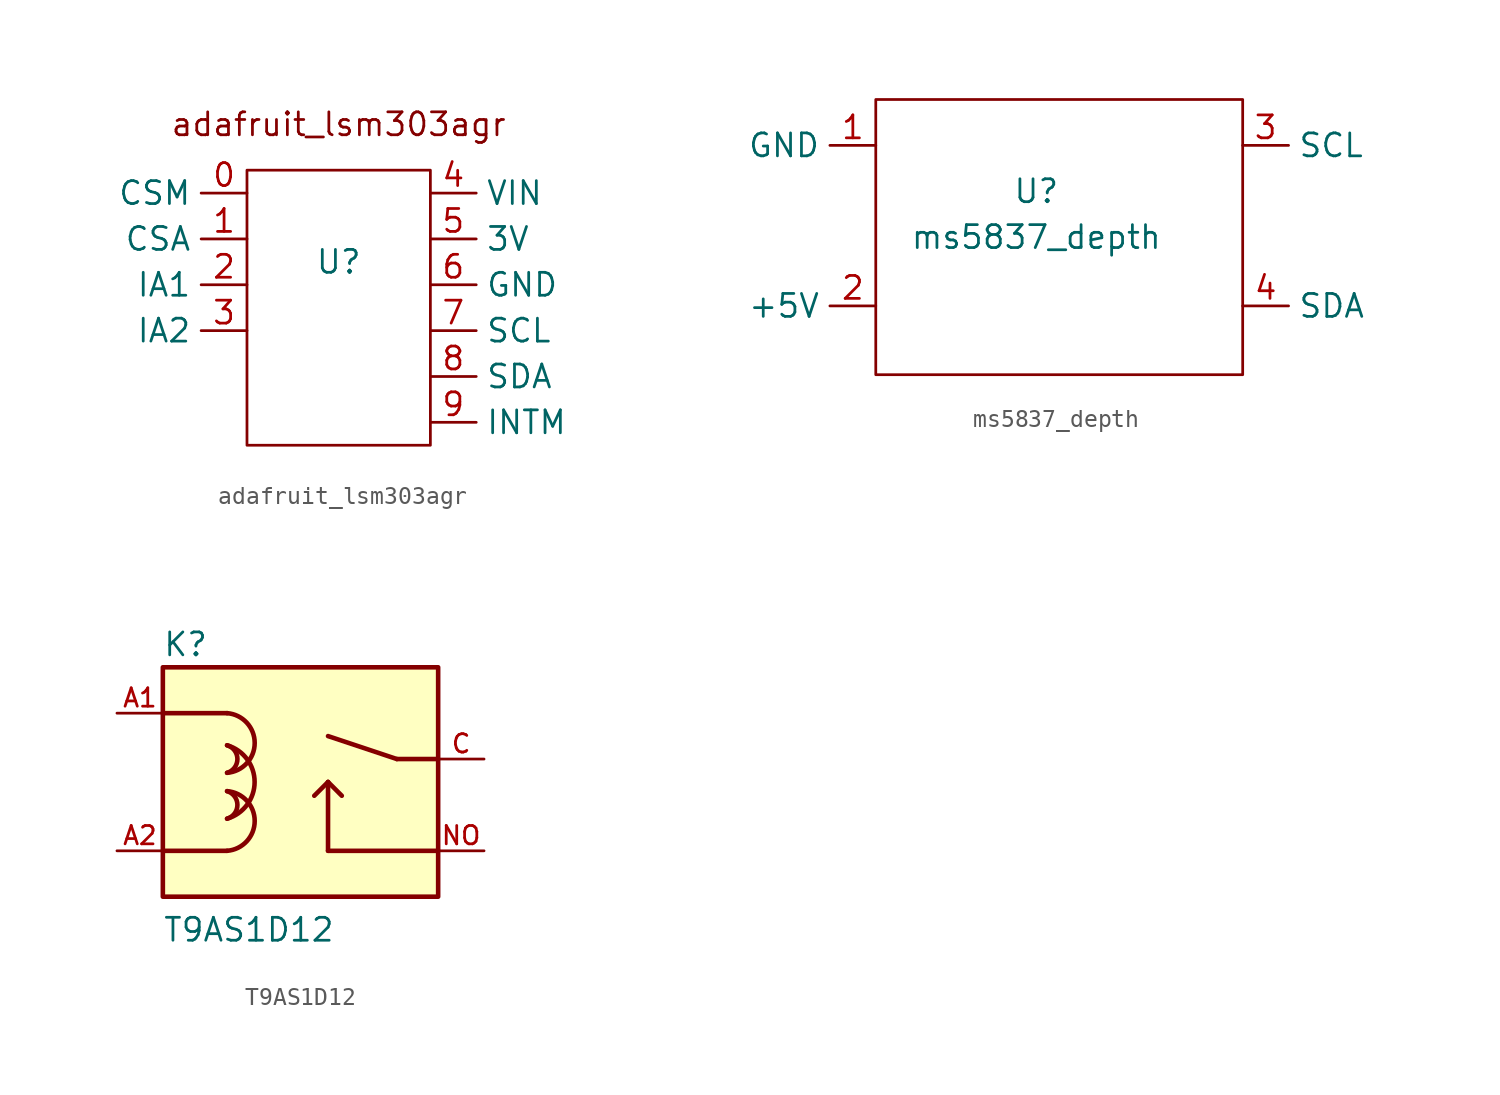
<source format=kicad_sym>
(kicad_symbol_lib
  (version 20220914)
  (generator kicad_symbol_editor)
  (symbol "adafruit_lsm303agr"
    (property "Reference" "U"
      (at 0 0 0)
      (effects (font (size 1.27 1.27))))
    (property "Value" ""
      (at 0 0 0)
      (effects (font (size 1.27 1.27))))
    (symbol "adafruit_lsm303agr_0_1"
      (rectangle (start -5.08 5.08) (end 5.08 -10.16) (stroke (width 0) (type default)) (fill (type none))))
    (symbol "adafruit_lsm303agr_1_1"
      (text "adafruit_lsm303agr" (at 0 7.62 0) (effects (font (size 1.27 1.27))))
      (pin bidirectional line (at -5.08 3.81 180) (length 2.54) (name "CSM" (effects (font (size 1.27 1.27)))) (number "0" (effects (font (size 1.27 1.27)))))
      (pin bidirectional line (at -5.08 1.27 180) (length 2.54) (name "CSA" (effects (font (size 1.27 1.27)))) (number "1" (effects (font (size 1.27 1.27)))))
      (pin bidirectional line (at -5.08 -1.27 180) (length 2.54) (name "IA1" (effects (font (size 1.27 1.27)))) (number "2" (effects (font (size 1.27 1.27)))))
      (pin bidirectional line (at -5.08 -3.81 180) (length 2.54) (name "IA2" (effects (font (size 1.27 1.27)))) (number "3" (effects (font (size 1.27 1.27)))))
      (pin bidirectional line (at 5.08 3.81 0) (length 2.54) (name "VIN" (effects (font (size 1.27 1.27)))) (number "4" (effects (font (size 1.27 1.27)))))
      (pin output line (at 5.08 1.27 0) (length 2.54) (name "3V" (effects (font (size 1.27 1.27)))) (number "5" (effects (font (size 1.27 1.27)))))
      (pin bidirectional line (at 5.08 -1.27 0) (length 2.54) (name "GND" (effects (font (size 1.27 1.27)))) (number "6" (effects (font (size 1.27 1.27)))))
      (pin bidirectional line (at 5.08 -3.81 0) (length 2.54) (name "SCL" (effects (font (size 1.27 1.27)))) (number "7" (effects (font (size 1.27 1.27)))))
      (pin bidirectional line (at 5.08 -6.35 0) (length 2.54) (name "SDA" (effects (font (size 1.27 1.27)))) (number "8" (effects (font (size 1.27 1.27)))))
      (pin bidirectional line (at 5.08 -8.89 0) (length 2.54) (name "INTM" (effects (font (size 1.27 1.27)))) (number "9" (effects (font (size 1.27 1.27)))))))
  (symbol "ms5837_depth"
    (property "Reference" "U"
      (at 0 2.54 0)
      (effects (font (size 1.27 1.27))))
    (property "Value" "ms5837_depth"
      (at 0 0 0)
      (effects (font (size 1.27 1.27))))
    (symbol "ms5837_depth_0_1"
      (rectangle (start -8.89 7.62) (end 11.43 -7.62) (stroke (width 0) (type default)) (fill (type none))))
    (symbol "ms5837_depth_1_1"
      (pin input line (at -8.89 5.08 180) (length 2.54) (name "GND" (effects (font (size 1.27 1.27)))) (number "1" (effects (font (size 1.27 1.27)))))
      (pin input line (at -8.89 -3.81 180) (length 2.54) (name "+5V" (effects (font (size 1.27 1.27)))) (number "2" (effects (font (size 1.27 1.27)))))
      (pin input line (at 11.43 5.08 0) (length 2.54) (name "SCL" (effects (font (size 1.27 1.27)))) (number "3" (effects (font (size 1.27 1.27)))))
      (pin input line (at 11.43 -3.81 0) (length 2.54) (name "SDA" (effects (font (size 1.27 1.27)))) (number "4" (effects (font (size 1.27 1.27)))))))
  (symbol "T9AS1D12"
    (pin_names
      (offset 1.016))
    (property "Reference" "K"
      (at -7.642 5.604 0)
      (effects (font (size 1.27 1.27)) (justify left bottom)))
    (property "Value" "T9AS1D12"
      (at -7.645 -10.193 0)
      (effects (font (size 1.27 1.27)) (justify left bottom)))
    (symbol "T9AS1D12_0_0"
      (rectangle (start -7.62 -7.62) (end 7.62 5.08) (stroke (width 0.254) (type default)) (fill (type background)))
      (arc (start -4.064 -5.08) (mid -2.5351 -3.429) (end -4.064 -1.778) (stroke (width 0.254) (type default)) (fill (type none)))
      (arc (start -4.064 -3.302) (mid -3.4925 -2.54) (end -4.064 -1.778) (stroke (width 0.254) (type default)) (fill (type none)))
      (arc (start -4.064 -3.302) (mid -2.54 -1.27) (end -4.064 0.762) (stroke (width 0.254) (type default)) (fill (type none)))
      (arc (start -4.064 -0.762) (mid -3.4925 0) (end -4.064 0.762) (stroke (width 0.254) (type default)) (fill (type none)))
      (arc (start -4.064 -0.762) (mid -2.5351 0.889) (end -4.064 2.54) (stroke (width 0.254) (type default)) (fill (type none)))
      (polyline (pts (xy -7.62 -5.08) (xy -4.064 -5.08)) (stroke (width 0.254) (type default)) (fill (type none)))
      (polyline (pts (xy -7.62 2.54) (xy -4.064 2.54)) (stroke (width 0.254) (type default)) (fill (type none)))
      (polyline (pts (xy 1.524 -5.08) (xy 1.524 -1.27)) (stroke (width 0.254) (type default)) (fill (type none)))
      (polyline (pts (xy 1.524 -1.27) (xy 0.762 -2.032)) (stroke (width 0.254) (type default)) (fill (type none)))
      (polyline (pts (xy 1.524 -1.27) (xy 2.286 -2.032)) (stroke (width 0.254) (type default)) (fill (type none)))
      (polyline (pts (xy 5.334 0) (xy 1.524 1.27)) (stroke (width 0.254) (type default)) (fill (type none)))
      (polyline (pts (xy 7.62 -5.08) (xy 1.524 -5.08)) (stroke (width 0.254) (type default)) (fill (type none)))
      (polyline (pts (xy 7.62 0) (xy 5.334 0)) (stroke (width 0.254) (type default)) (fill (type none)))
      (pin passive line (at -10.16 2.54 0) (length 2.54) (name "~" (effects (font (size 1.016 1.016)))) (number "A1" (effects (font (size 1.016 1.016)))))
      (pin passive line (at -10.16 -5.08 0) (length 2.54) (name "~" (effects (font (size 1.016 1.016)))) (number "A2" (effects (font (size 1.016 1.016)))))
      (pin passive line (at 10.16 0 180) (length 2.54) (name "~" (effects (font (size 1.016 1.016)))) (number "C" (effects (font (size 1.016 1.016)))))
      (pin passive line (at 10.16 -5.08 180) (length 2.54) (name "~" (effects (font (size 1.016 1.016)))) (number "NO" (effects (font (size 1.016 1.016))))))))
</source>
